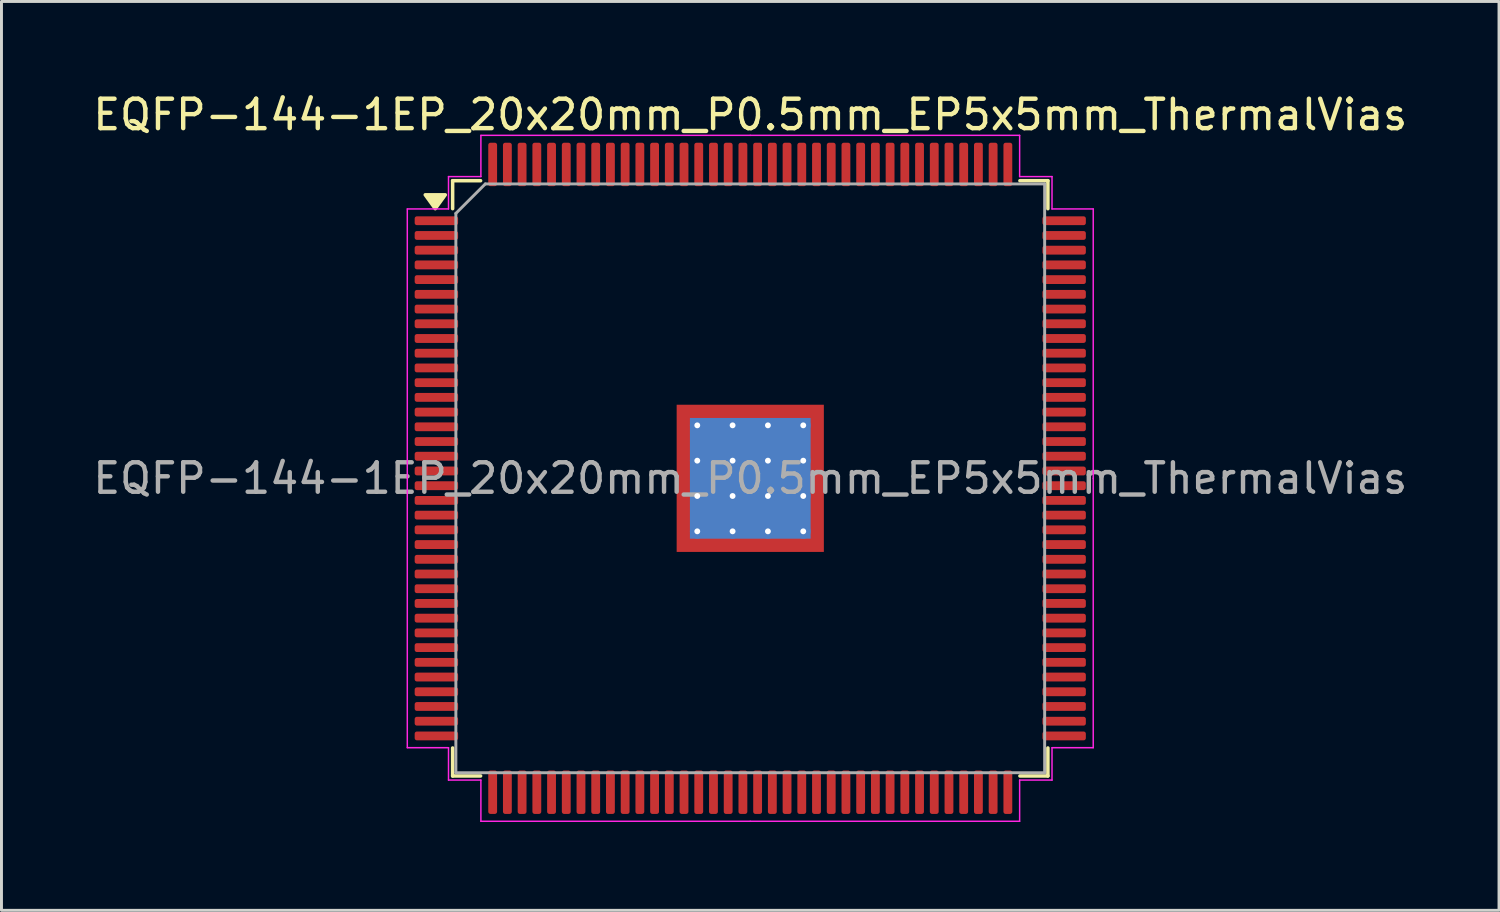
<source format=kicad_pcb>
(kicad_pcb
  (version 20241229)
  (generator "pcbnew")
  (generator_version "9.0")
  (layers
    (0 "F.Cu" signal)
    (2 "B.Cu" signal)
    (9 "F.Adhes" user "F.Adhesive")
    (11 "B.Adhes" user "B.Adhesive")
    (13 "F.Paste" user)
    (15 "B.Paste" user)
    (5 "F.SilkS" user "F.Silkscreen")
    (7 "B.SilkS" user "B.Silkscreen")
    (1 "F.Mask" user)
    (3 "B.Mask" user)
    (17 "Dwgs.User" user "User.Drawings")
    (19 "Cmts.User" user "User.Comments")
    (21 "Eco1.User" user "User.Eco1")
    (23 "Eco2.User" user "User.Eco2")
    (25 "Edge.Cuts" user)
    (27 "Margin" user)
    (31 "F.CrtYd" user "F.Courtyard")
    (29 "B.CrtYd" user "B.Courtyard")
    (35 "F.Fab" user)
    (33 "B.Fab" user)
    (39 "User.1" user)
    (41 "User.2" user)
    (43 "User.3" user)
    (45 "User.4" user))
  (footprint "EQFP-144-1EP_20x20mm_P0.5mm_EP5x5mm_ThermalVias"
    (layer "F.Cu")
    (at 22.435 13.198)
    (property "Reference" "EQFP-144-1EP_20x20mm_P0.5mm_EP5x5mm_ThermalVias" (at 0 -12.35 0) (layer "F.SilkS") (effects (font (size 1 1) (thickness 0.15))))
    (attr smd)
    (fp_line (start -10.11 -10.11) (end -10.11 -9.16) (stroke (width 0.12) (type solid)) (layer "F.SilkS"))
    (fp_line (start -10.11 10.11) (end -10.11 9.16) (stroke (width 0.12) (type solid)) (layer "F.SilkS"))
    (fp_line (start -9.16 -10.11) (end -10.11 -10.11) (stroke (width 0.12) (type solid)) (layer "F.SilkS"))
    (fp_line (start -9.16 10.11) (end -10.11 10.11) (stroke (width 0.12) (type solid)) (layer "F.SilkS"))
    (fp_line (start 9.16 -10.11) (end 10.11 -10.11) (stroke (width 0.12) (type solid)) (layer "F.SilkS"))
    (fp_line (start 9.16 10.11) (end 10.11 10.11) (stroke (width 0.12) (type solid)) (layer "F.SilkS"))
    (fp_line (start 10.11 -10.11) (end 10.11 -9.16) (stroke (width 0.12) (type solid)) (layer "F.SilkS"))
    (fp_line (start 10.11 10.11) (end 10.11 9.16) (stroke (width 0.12) (type solid)) (layer "F.SilkS"))
    (fp_poly (pts (xy -10.7 -9.16) (xy -11.04 -9.63) (xy -10.36 -9.63) (xy -10.7 -9.16)) (stroke (width 0.12) (type solid)) (fill yes) (layer "F.SilkS"))
    (fp_line (start -11.65 -9.15) (end -11.65 0) (stroke (width 0.05) (type solid)) (layer "F.CrtYd"))
    (fp_line (start -11.65 9.15) (end -11.65 0) (stroke (width 0.05) (type solid)) (layer "F.CrtYd"))
    (fp_line (start -10.25 -10.25) (end -10.25 -9.15) (stroke (width 0.05) (type solid)) (layer "F.CrtYd"))
    (fp_line (start -10.25 -9.15) (end -11.65 -9.15) (stroke (width 0.05) (type solid)) (layer "F.CrtYd"))
    (fp_line (start -10.25 9.15) (end -11.65 9.15) (stroke (width 0.05) (type solid)) (layer "F.CrtYd"))
    (fp_line (start -10.25 10.25) (end -10.25 9.15) (stroke (width 0.05) (type solid)) (layer "F.CrtYd"))
    (fp_line (start -9.15 -11.65) (end -9.15 -10.25) (stroke (width 0.05) (type solid)) (layer "F.CrtYd"))
    (fp_line (start -9.15 -10.25) (end -10.25 -10.25) (stroke (width 0.05) (type solid)) (layer "F.CrtYd"))
    (fp_line (start -9.15 10.25) (end -10.25 10.25) (stroke (width 0.05) (type solid)) (layer "F.CrtYd"))
    (fp_line (start -9.15 11.65) (end -9.15 10.25) (stroke (width 0.05) (type solid)) (layer "F.CrtYd"))
    (fp_line (start 0 -11.65) (end -9.15 -11.65) (stroke (width 0.05) (type solid)) (layer "F.CrtYd"))
    (fp_line (start 0 -11.65) (end 9.15 -11.65) (stroke (width 0.05) (type solid)) (layer "F.CrtYd"))
    (fp_line (start 0 11.65) (end -9.15 11.65) (stroke (width 0.05) (type solid)) (layer "F.CrtYd"))
    (fp_line (start 0 11.65) (end 9.15 11.65) (stroke (width 0.05) (type solid)) (layer "F.CrtYd"))
    (fp_line (start 9.15 -11.65) (end 9.15 -10.25) (stroke (width 0.05) (type solid)) (layer "F.CrtYd"))
    (fp_line (start 9.15 -10.25) (end 10.25 -10.25) (stroke (width 0.05) (type solid)) (layer "F.CrtYd"))
    (fp_line (start 9.15 10.25) (end 10.25 10.25) (stroke (width 0.05) (type solid)) (layer "F.CrtYd"))
    (fp_line (start 9.15 11.65) (end 9.15 10.25) (stroke (width 0.05) (type solid)) (layer "F.CrtYd"))
    (fp_line (start 10.25 -10.25) (end 10.25 -9.15) (stroke (width 0.05) (type solid)) (layer "F.CrtYd"))
    (fp_line (start 10.25 -9.15) (end 11.65 -9.15) (stroke (width 0.05) (type solid)) (layer "F.CrtYd"))
    (fp_line (start 10.25 9.15) (end 11.65 9.15) (stroke (width 0.05) (type solid)) (layer "F.CrtYd"))
    (fp_line (start 10.25 10.25) (end 10.25 9.15) (stroke (width 0.05) (type solid)) (layer "F.CrtYd"))
    (fp_line (start 11.65 -9.15) (end 11.65 0) (stroke (width 0.05) (type solid)) (layer "F.CrtYd"))
    (fp_line (start 11.65 9.15) (end 11.65 0) (stroke (width 0.05) (type solid)) (layer "F.CrtYd"))
    (fp_line (start -10 -9) (end -9 -10) (stroke (width 0.1) (type solid)) (layer "F.Fab"))
    (fp_line (start -10 10) (end -10 -9) (stroke (width 0.1) (type solid)) (layer "F.Fab"))
    (fp_line (start -9 -10) (end 10 -10) (stroke (width 0.1) (type solid)) (layer "F.Fab"))
    (fp_line (start 10 -10) (end 10 10) (stroke (width 0.1) (type solid)) (layer "F.Fab"))
    (fp_line (start 10 10) (end -10 10) (stroke (width 0.1) (type solid)) (layer "F.Fab"))
    (fp_text user "${REFERENCE}" (at 0 0 0) (layer "F.Fab") (effects (font (size 1 1) (thickness 0.15))))
    (pad "" smd custom (at -2.15 -2.15) (size 0.46 0.46) (layers "F.Paste") (options (anchor circle)) (primitives (gr_poly (pts (xy -0.178 -0.178) (xy 0.178 -0.178) (xy 0.178 0.092) (xy 0.092 0.178) (xy -0.178 0.178)) (width 0.208) (fill yes))))
    (pad "" smd custom (at -2.15 -1.2) (size 0.495 0.495) (layers "F.Paste") (options (anchor circle)) (primitives (gr_poly (pts (xy -0.212 -0.414) (xy 0.154 -0.414) (xy 0.212 -0.356) (xy 0.212 0.356) (xy 0.154 0.414) (xy -0.212 0.414)) (width 0.14) (fill yes))))
    (pad "" smd custom (at -2.15 0) (size 0.495 0.495) (layers "F.Paste") (options (anchor circle)) (primitives (gr_poly (pts (xy -0.212 -0.414) (xy 0.154 -0.414) (xy 0.212 -0.356) (xy 0.212 0.356) (xy 0.154 0.414) (xy -0.212 0.414)) (width 0.14) (fill yes))))
    (pad "" smd custom (at -2.15 1.2) (size 0.495 0.495) (layers "F.Paste") (options (anchor circle)) (primitives (gr_poly (pts (xy -0.212 -0.414) (xy 0.154 -0.414) (xy 0.212 -0.356) (xy 0.212 0.356) (xy 0.154 0.414) (xy -0.212 0.414)) (width 0.14) (fill yes))))
    (pad "" smd custom (at -2.15 2.15) (size 0.46 0.46) (layers "F.Paste") (options (anchor circle)) (primitives (gr_poly (pts (xy -0.178 -0.178) (xy 0.092 -0.178) (xy 0.178 -0.092) (xy 0.178 0.178) (xy -0.178 0.178)) (width 0.208) (fill yes))))
    (pad "" smd custom (at -1.2 -2.15) (size 0.495 0.495) (layers "F.Paste") (options (anchor circle)) (primitives (gr_poly (pts (xy -0.414 -0.212) (xy 0.414 -0.212) (xy 0.414 0.154) (xy 0.356 0.212) (xy -0.356 0.212) (xy -0.414 0.154)) (width 0.14) (fill yes))))
    (pad "" smd roundrect (at -1.2 -1.2) (size 0.967 0.967) (layers "F.Paste") (roundrect_rratio 0.25))
    (pad "" smd roundrect (at -1.2 0) (size 0.967 0.967) (layers "F.Paste") (roundrect_rratio 0.25))
    (pad "" smd roundrect (at -1.2 1.2) (size 0.967 0.967) (layers "F.Paste") (roundrect_rratio 0.25))
    (pad "" smd custom (at -1.2 2.15) (size 0.495 0.495) (layers "F.Paste") (options (anchor circle)) (primitives (gr_poly (pts (xy -0.414 -0.154) (xy -0.356 -0.212) (xy 0.356 -0.212) (xy 0.414 -0.154) (xy 0.414 0.212) (xy -0.414 0.212)) (width 0.14) (fill yes))))
    (pad "" smd custom (at 0 -2.15) (size 0.495 0.495) (layers "F.Paste") (options (anchor circle)) (primitives (gr_poly (pts (xy -0.414 -0.212) (xy 0.414 -0.212) (xy 0.414 0.154) (xy 0.356 0.212) (xy -0.356 0.212) (xy -0.414 0.154)) (width 0.14) (fill yes))))
    (pad "" smd roundrect (at 0 -1.2) (size 0.967 0.967) (layers "F.Paste") (roundrect_rratio 0.25))
    (pad "" smd roundrect (at 0 0) (size 0.967 0.967) (layers "F.Paste") (roundrect_rratio 0.25))
    (pad "" smd roundrect (at 0 1.2) (size 0.967 0.967) (layers "F.Paste") (roundrect_rratio 0.25))
    (pad "" smd custom (at 0 2.15) (size 0.495 0.495) (layers "F.Paste") (options (anchor circle)) (primitives (gr_poly (pts (xy -0.414 -0.154) (xy -0.356 -0.212) (xy 0.356 -0.212) (xy 0.414 -0.154) (xy 0.414 0.212) (xy -0.414 0.212)) (width 0.14) (fill yes))))
    (pad "" smd custom (at 1.2 -2.15) (size 0.495 0.495) (layers "F.Paste") (options (anchor circle)) (primitives (gr_poly (pts (xy -0.414 -0.212) (xy 0.414 -0.212) (xy 0.414 0.154) (xy 0.356 0.212) (xy -0.356 0.212) (xy -0.414 0.154)) (width 0.14) (fill yes))))
    (pad "" smd roundrect (at 1.2 -1.2) (size 0.967 0.967) (layers "F.Paste") (roundrect_rratio 0.25))
    (pad "" smd roundrect (at 1.2 0) (size 0.967 0.967) (layers "F.Paste") (roundrect_rratio 0.25))
    (pad "" smd roundrect (at 1.2 1.2) (size 0.967 0.967) (layers "F.Paste") (roundrect_rratio 0.25))
    (pad "" smd custom (at 1.2 2.15) (size 0.495 0.495) (layers "F.Paste") (options (anchor circle)) (primitives (gr_poly (pts (xy -0.414 -0.154) (xy -0.356 -0.212) (xy 0.356 -0.212) (xy 0.414 -0.154) (xy 0.414 0.212) (xy -0.414 0.212)) (width 0.14) (fill yes))))
    (pad "" smd custom (at 2.15 -2.15) (size 0.46 0.46) (layers "F.Paste") (options (anchor circle)) (primitives (gr_poly (pts (xy -0.178 -0.178) (xy 0.178 -0.178) (xy 0.178 0.178) (xy -0.092 0.178) (xy -0.178 0.092)) (width 0.208) (fill yes))))
    (pad "" smd custom (at 2.15 -1.2) (size 0.495 0.495) (layers "F.Paste") (options (anchor circle)) (primitives (gr_poly (pts (xy -0.212 -0.356) (xy -0.154 -0.414) (xy 0.212 -0.414) (xy 0.212 0.414) (xy -0.154 0.414) (xy -0.212 0.356)) (width 0.14) (fill yes))))
    (pad "" smd custom (at 2.15 0) (size 0.495 0.495) (layers "F.Paste") (options (anchor circle)) (primitives (gr_poly (pts (xy -0.212 -0.356) (xy -0.154 -0.414) (xy 0.212 -0.414) (xy 0.212 0.414) (xy -0.154 0.414) (xy -0.212 0.356)) (width 0.14) (fill yes))))
    (pad "" smd custom (at 2.15 1.2) (size 0.495 0.495) (layers "F.Paste") (options (anchor circle)) (primitives (gr_poly (pts (xy -0.212 -0.356) (xy -0.154 -0.414) (xy 0.212 -0.414) (xy 0.212 0.414) (xy -0.154 0.414) (xy -0.212 0.356)) (width 0.14) (fill yes))))
    (pad "" smd custom (at 2.15 2.15) (size 0.46 0.46) (layers "F.Paste") (options (anchor circle)) (primitives (gr_poly (pts (xy -0.178 -0.092) (xy -0.092 -0.178) (xy 0.178 -0.178) (xy 0.178 0.178) (xy -0.178 0.178)) (width 0.208) (fill yes))))
    (pad "1" smd roundrect (at -10.662 -8.75) (size 1.475 0.3) (layers "F.Cu" "F.Mask" "F.Paste") (roundrect_rratio 0.25))
    (pad "2" smd roundrect (at -10.662 -8.25) (size 1.475 0.3) (layers "F.Cu" "F.Mask" "F.Paste") (roundrect_rratio 0.25))
    (pad "3" smd roundrect (at -10.662 -7.75) (size 1.475 0.3) (layers "F.Cu" "F.Mask" "F.Paste") (roundrect_rratio 0.25))
    (pad "4" smd roundrect (at -10.662 -7.25) (size 1.475 0.3) (layers "F.Cu" "F.Mask" "F.Paste") (roundrect_rratio 0.25))
    (pad "5" smd roundrect (at -10.662 -6.75) (size 1.475 0.3) (layers "F.Cu" "F.Mask" "F.Paste") (roundrect_rratio 0.25))
    (pad "6" smd roundrect (at -10.662 -6.25) (size 1.475 0.3) (layers "F.Cu" "F.Mask" "F.Paste") (roundrect_rratio 0.25))
    (pad "7" smd roundrect (at -10.662 -5.75) (size 1.475 0.3) (layers "F.Cu" "F.Mask" "F.Paste") (roundrect_rratio 0.25))
    (pad "8" smd roundrect (at -10.662 -5.25) (size 1.475 0.3) (layers "F.Cu" "F.Mask" "F.Paste") (roundrect_rratio 0.25))
    (pad "9" smd roundrect (at -10.662 -4.75) (size 1.475 0.3) (layers "F.Cu" "F.Mask" "F.Paste") (roundrect_rratio 0.25))
    (pad "10" smd roundrect (at -10.662 -4.25) (size 1.475 0.3) (layers "F.Cu" "F.Mask" "F.Paste") (roundrect_rratio 0.25))
    (pad "11" smd roundrect (at -10.662 -3.75) (size 1.475 0.3) (layers "F.Cu" "F.Mask" "F.Paste") (roundrect_rratio 0.25))
    (pad "12" smd roundrect (at -10.662 -3.25) (size 1.475 0.3) (layers "F.Cu" "F.Mask" "F.Paste") (roundrect_rratio 0.25))
    (pad "13" smd roundrect (at -10.662 -2.75) (size 1.475 0.3) (layers "F.Cu" "F.Mask" "F.Paste") (roundrect_rratio 0.25))
    (pad "14" smd roundrect (at -10.662 -2.25) (size 1.475 0.3) (layers "F.Cu" "F.Mask" "F.Paste") (roundrect_rratio 0.25))
    (pad "15" smd roundrect (at -10.662 -1.75) (size 1.475 0.3) (layers "F.Cu" "F.Mask" "F.Paste") (roundrect_rratio 0.25))
    (pad "16" smd roundrect (at -10.662 -1.25) (size 1.475 0.3) (layers "F.Cu" "F.Mask" "F.Paste") (roundrect_rratio 0.25))
    (pad "17" smd roundrect (at -10.662 -0.75) (size 1.475 0.3) (layers "F.Cu" "F.Mask" "F.Paste") (roundrect_rratio 0.25))
    (pad "18" smd roundrect (at -10.662 -0.25) (size 1.475 0.3) (layers "F.Cu" "F.Mask" "F.Paste") (roundrect_rratio 0.25))
    (pad "19" smd roundrect (at -10.662 0.25) (size 1.475 0.3) (layers "F.Cu" "F.Mask" "F.Paste") (roundrect_rratio 0.25))
    (pad "20" smd roundrect (at -10.662 0.75) (size 1.475 0.3) (layers "F.Cu" "F.Mask" "F.Paste") (roundrect_rratio 0.25))
    (pad "21" smd roundrect (at -10.662 1.25) (size 1.475 0.3) (layers "F.Cu" "F.Mask" "F.Paste") (roundrect_rratio 0.25))
    (pad "22" smd roundrect (at -10.662 1.75) (size 1.475 0.3) (layers "F.Cu" "F.Mask" "F.Paste") (roundrect_rratio 0.25))
    (pad "23" smd roundrect (at -10.662 2.25) (size 1.475 0.3) (layers "F.Cu" "F.Mask" "F.Paste") (roundrect_rratio 0.25))
    (pad "24" smd roundrect (at -10.662 2.75) (size 1.475 0.3) (layers "F.Cu" "F.Mask" "F.Paste") (roundrect_rratio 0.25))
    (pad "25" smd roundrect (at -10.662 3.25) (size 1.475 0.3) (layers "F.Cu" "F.Mask" "F.Paste") (roundrect_rratio 0.25))
    (pad "26" smd roundrect (at -10.662 3.75) (size 1.475 0.3) (layers "F.Cu" "F.Mask" "F.Paste") (roundrect_rratio 0.25))
    (pad "27" smd roundrect (at -10.662 4.25) (size 1.475 0.3) (layers "F.Cu" "F.Mask" "F.Paste") (roundrect_rratio 0.25))
    (pad "28" smd roundrect (at -10.662 4.75) (size 1.475 0.3) (layers "F.Cu" "F.Mask" "F.Paste") (roundrect_rratio 0.25))
    (pad "29" smd roundrect (at -10.662 5.25) (size 1.475 0.3) (layers "F.Cu" "F.Mask" "F.Paste") (roundrect_rratio 0.25))
    (pad "30" smd roundrect (at -10.662 5.75) (size 1.475 0.3) (layers "F.Cu" "F.Mask" "F.Paste") (roundrect_rratio 0.25))
    (pad "31" smd roundrect (at -10.662 6.25) (size 1.475 0.3) (layers "F.Cu" "F.Mask" "F.Paste") (roundrect_rratio 0.25))
    (pad "32" smd roundrect (at -10.662 6.75) (size 1.475 0.3) (layers "F.Cu" "F.Mask" "F.Paste") (roundrect_rratio 0.25))
    (pad "33" smd roundrect (at -10.662 7.25) (size 1.475 0.3) (layers "F.Cu" "F.Mask" "F.Paste") (roundrect_rratio 0.25))
    (pad "34" smd roundrect (at -10.662 7.75) (size 1.475 0.3) (layers "F.Cu" "F.Mask" "F.Paste") (roundrect_rratio 0.25))
    (pad "35" smd roundrect (at -10.662 8.25) (size 1.475 0.3) (layers "F.Cu" "F.Mask" "F.Paste") (roundrect_rratio 0.25))
    (pad "36" smd roundrect (at -10.662 8.75) (size 1.475 0.3) (layers "F.Cu" "F.Mask" "F.Paste") (roundrect_rratio 0.25))
    (pad "37" smd roundrect (at -8.75 10.662) (size 0.3 1.475) (layers "F.Cu" "F.Mask" "F.Paste") (roundrect_rratio 0.25))
    (pad "38" smd roundrect (at -8.25 10.662) (size 0.3 1.475) (layers "F.Cu" "F.Mask" "F.Paste") (roundrect_rratio 0.25))
    (pad "39" smd roundrect (at -7.75 10.662) (size 0.3 1.475) (layers "F.Cu" "F.Mask" "F.Paste") (roundrect_rratio 0.25))
    (pad "40" smd roundrect (at -7.25 10.662) (size 0.3 1.475) (layers "F.Cu" "F.Mask" "F.Paste") (roundrect_rratio 0.25))
    (pad "41" smd roundrect (at -6.75 10.662) (size 0.3 1.475) (layers "F.Cu" "F.Mask" "F.Paste") (roundrect_rratio 0.25))
    (pad "42" smd roundrect (at -6.25 10.662) (size 0.3 1.475) (layers "F.Cu" "F.Mask" "F.Paste") (roundrect_rratio 0.25))
    (pad "43" smd roundrect (at -5.75 10.662) (size 0.3 1.475) (layers "F.Cu" "F.Mask" "F.Paste") (roundrect_rratio 0.25))
    (pad "44" smd roundrect (at -5.25 10.662) (size 0.3 1.475) (layers "F.Cu" "F.Mask" "F.Paste") (roundrect_rratio 0.25))
    (pad "45" smd roundrect (at -4.75 10.662) (size 0.3 1.475) (layers "F.Cu" "F.Mask" "F.Paste") (roundrect_rratio 0.25))
    (pad "46" smd roundrect (at -4.25 10.662) (size 0.3 1.475) (layers "F.Cu" "F.Mask" "F.Paste") (roundrect_rratio 0.25))
    (pad "47" smd roundrect (at -3.75 10.662) (size 0.3 1.475) (layers "F.Cu" "F.Mask" "F.Paste") (roundrect_rratio 0.25))
    (pad "48" smd roundrect (at -3.25 10.662) (size 0.3 1.475) (layers "F.Cu" "F.Mask" "F.Paste") (roundrect_rratio 0.25))
    (pad "49" smd roundrect (at -2.75 10.662) (size 0.3 1.475) (layers "F.Cu" "F.Mask" "F.Paste") (roundrect_rratio 0.25))
    (pad "50" smd roundrect (at -2.25 10.662) (size 0.3 1.475) (layers "F.Cu" "F.Mask" "F.Paste") (roundrect_rratio 0.25))
    (pad "51" smd roundrect (at -1.75 10.662) (size 0.3 1.475) (layers "F.Cu" "F.Mask" "F.Paste") (roundrect_rratio 0.25))
    (pad "52" smd roundrect (at -1.25 10.662) (size 0.3 1.475) (layers "F.Cu" "F.Mask" "F.Paste") (roundrect_rratio 0.25))
    (pad "53" smd roundrect (at -0.75 10.662) (size 0.3 1.475) (layers "F.Cu" "F.Mask" "F.Paste") (roundrect_rratio 0.25))
    (pad "54" smd roundrect (at -0.25 10.662) (size 0.3 1.475) (layers "F.Cu" "F.Mask" "F.Paste") (roundrect_rratio 0.25))
    (pad "55" smd roundrect (at 0.25 10.662) (size 0.3 1.475) (layers "F.Cu" "F.Mask" "F.Paste") (roundrect_rratio 0.25))
    (pad "56" smd roundrect (at 0.75 10.662) (size 0.3 1.475) (layers "F.Cu" "F.Mask" "F.Paste") (roundrect_rratio 0.25))
    (pad "57" smd roundrect (at 1.25 10.662) (size 0.3 1.475) (layers "F.Cu" "F.Mask" "F.Paste") (roundrect_rratio 0.25))
    (pad "58" smd roundrect (at 1.75 10.662) (size 0.3 1.475) (layers "F.Cu" "F.Mask" "F.Paste") (roundrect_rratio 0.25))
    (pad "59" smd roundrect (at 2.25 10.662) (size 0.3 1.475) (layers "F.Cu" "F.Mask" "F.Paste") (roundrect_rratio 0.25))
    (pad "60" smd roundrect (at 2.75 10.662) (size 0.3 1.475) (layers "F.Cu" "F.Mask" "F.Paste") (roundrect_rratio 0.25))
    (pad "61" smd roundrect (at 3.25 10.662) (size 0.3 1.475) (layers "F.Cu" "F.Mask" "F.Paste") (roundrect_rratio 0.25))
    (pad "62" smd roundrect (at 3.75 10.662) (size 0.3 1.475) (layers "F.Cu" "F.Mask" "F.Paste") (roundrect_rratio 0.25))
    (pad "63" smd roundrect (at 4.25 10.662) (size 0.3 1.475) (layers "F.Cu" "F.Mask" "F.Paste") (roundrect_rratio 0.25))
    (pad "64" smd roundrect (at 4.75 10.662) (size 0.3 1.475) (layers "F.Cu" "F.Mask" "F.Paste") (roundrect_rratio 0.25))
    (pad "65" smd roundrect (at 5.25 10.662) (size 0.3 1.475) (layers "F.Cu" "F.Mask" "F.Paste") (roundrect_rratio 0.25))
    (pad "66" smd roundrect (at 5.75 10.662) (size 0.3 1.475) (layers "F.Cu" "F.Mask" "F.Paste") (roundrect_rratio 0.25))
    (pad "67" smd roundrect (at 6.25 10.662) (size 0.3 1.475) (layers "F.Cu" "F.Mask" "F.Paste") (roundrect_rratio 0.25))
    (pad "68" smd roundrect (at 6.75 10.662) (size 0.3 1.475) (layers "F.Cu" "F.Mask" "F.Paste") (roundrect_rratio 0.25))
    (pad "69" smd roundrect (at 7.25 10.662) (size 0.3 1.475) (layers "F.Cu" "F.Mask" "F.Paste") (roundrect_rratio 0.25))
    (pad "70" smd roundrect (at 7.75 10.662) (size 0.3 1.475) (layers "F.Cu" "F.Mask" "F.Paste") (roundrect_rratio 0.25))
    (pad "71" smd roundrect (at 8.25 10.662) (size 0.3 1.475) (layers "F.Cu" "F.Mask" "F.Paste") (roundrect_rratio 0.25))
    (pad "72" smd roundrect (at 8.75 10.662) (size 0.3 1.475) (layers "F.Cu" "F.Mask" "F.Paste") (roundrect_rratio 0.25))
    (pad "73" smd roundrect (at 10.662 8.75) (size 1.475 0.3) (layers "F.Cu" "F.Mask" "F.Paste") (roundrect_rratio 0.25))
    (pad "74" smd roundrect (at 10.662 8.25) (size 1.475 0.3) (layers "F.Cu" "F.Mask" "F.Paste") (roundrect_rratio 0.25))
    (pad "75" smd roundrect (at 10.662 7.75) (size 1.475 0.3) (layers "F.Cu" "F.Mask" "F.Paste") (roundrect_rratio 0.25))
    (pad "76" smd roundrect (at 10.662 7.25) (size 1.475 0.3) (layers "F.Cu" "F.Mask" "F.Paste") (roundrect_rratio 0.25))
    (pad "77" smd roundrect (at 10.662 6.75) (size 1.475 0.3) (layers "F.Cu" "F.Mask" "F.Paste") (roundrect_rratio 0.25))
    (pad "78" smd roundrect (at 10.662 6.25) (size 1.475 0.3) (layers "F.Cu" "F.Mask" "F.Paste") (roundrect_rratio 0.25))
    (pad "79" smd roundrect (at 10.662 5.75) (size 1.475 0.3) (layers "F.Cu" "F.Mask" "F.Paste") (roundrect_rratio 0.25))
    (pad "80" smd roundrect (at 10.662 5.25) (size 1.475 0.3) (layers "F.Cu" "F.Mask" "F.Paste") (roundrect_rratio 0.25))
    (pad "81" smd roundrect (at 10.662 4.75) (size 1.475 0.3) (layers "F.Cu" "F.Mask" "F.Paste") (roundrect_rratio 0.25))
    (pad "82" smd roundrect (at 10.662 4.25) (size 1.475 0.3) (layers "F.Cu" "F.Mask" "F.Paste") (roundrect_rratio 0.25))
    (pad "83" smd roundrect (at 10.662 3.75) (size 1.475 0.3) (layers "F.Cu" "F.Mask" "F.Paste") (roundrect_rratio 0.25))
    (pad "84" smd roundrect (at 10.662 3.25) (size 1.475 0.3) (layers "F.Cu" "F.Mask" "F.Paste") (roundrect_rratio 0.25))
    (pad "85" smd roundrect (at 10.662 2.75) (size 1.475 0.3) (layers "F.Cu" "F.Mask" "F.Paste") (roundrect_rratio 0.25))
    (pad "86" smd roundrect (at 10.662 2.25) (size 1.475 0.3) (layers "F.Cu" "F.Mask" "F.Paste") (roundrect_rratio 0.25))
    (pad "87" smd roundrect (at 10.662 1.75) (size 1.475 0.3) (layers "F.Cu" "F.Mask" "F.Paste") (roundrect_rratio 0.25))
    (pad "88" smd roundrect (at 10.662 1.25) (size 1.475 0.3) (layers "F.Cu" "F.Mask" "F.Paste") (roundrect_rratio 0.25))
    (pad "89" smd roundrect (at 10.662 0.75) (size 1.475 0.3) (layers "F.Cu" "F.Mask" "F.Paste") (roundrect_rratio 0.25))
    (pad "90" smd roundrect (at 10.662 0.25) (size 1.475 0.3) (layers "F.Cu" "F.Mask" "F.Paste") (roundrect_rratio 0.25))
    (pad "91" smd roundrect (at 10.662 -0.25) (size 1.475 0.3) (layers "F.Cu" "F.Mask" "F.Paste") (roundrect_rratio 0.25))
    (pad "92" smd roundrect (at 10.662 -0.75) (size 1.475 0.3) (layers "F.Cu" "F.Mask" "F.Paste") (roundrect_rratio 0.25))
    (pad "93" smd roundrect (at 10.662 -1.25) (size 1.475 0.3) (layers "F.Cu" "F.Mask" "F.Paste") (roundrect_rratio 0.25))
    (pad "94" smd roundrect (at 10.662 -1.75) (size 1.475 0.3) (layers "F.Cu" "F.Mask" "F.Paste") (roundrect_rratio 0.25))
    (pad "95" smd roundrect (at 10.662 -2.25) (size 1.475 0.3) (layers "F.Cu" "F.Mask" "F.Paste") (roundrect_rratio 0.25))
    (pad "96" smd roundrect (at 10.662 -2.75) (size 1.475 0.3) (layers "F.Cu" "F.Mask" "F.Paste") (roundrect_rratio 0.25))
    (pad "97" smd roundrect (at 10.662 -3.25) (size 1.475 0.3) (layers "F.Cu" "F.Mask" "F.Paste") (roundrect_rratio 0.25))
    (pad "98" smd roundrect (at 10.662 -3.75) (size 1.475 0.3) (layers "F.Cu" "F.Mask" "F.Paste") (roundrect_rratio 0.25))
    (pad "99" smd roundrect (at 10.662 -4.25) (size 1.475 0.3) (layers "F.Cu" "F.Mask" "F.Paste") (roundrect_rratio 0.25))
    (pad "100" smd roundrect (at 10.662 -4.75) (size 1.475 0.3) (layers "F.Cu" "F.Mask" "F.Paste") (roundrect_rratio 0.25))
    (pad "101" smd roundrect (at 10.662 -5.25) (size 1.475 0.3) (layers "F.Cu" "F.Mask" "F.Paste") (roundrect_rratio 0.25))
    (pad "102" smd roundrect (at 10.662 -5.75) (size 1.475 0.3) (layers "F.Cu" "F.Mask" "F.Paste") (roundrect_rratio 0.25))
    (pad "103" smd roundrect (at 10.662 -6.25) (size 1.475 0.3) (layers "F.Cu" "F.Mask" "F.Paste") (roundrect_rratio 0.25))
    (pad "104" smd roundrect (at 10.662 -6.75) (size 1.475 0.3) (layers "F.Cu" "F.Mask" "F.Paste") (roundrect_rratio 0.25))
    (pad "105" smd roundrect (at 10.662 -7.25) (size 1.475 0.3) (layers "F.Cu" "F.Mask" "F.Paste") (roundrect_rratio 0.25))
    (pad "106" smd roundrect (at 10.662 -7.75) (size 1.475 0.3) (layers "F.Cu" "F.Mask" "F.Paste") (roundrect_rratio 0.25))
    (pad "107" smd roundrect (at 10.662 -8.25) (size 1.475 0.3) (layers "F.Cu" "F.Mask" "F.Paste") (roundrect_rratio 0.25))
    (pad "108" smd roundrect (at 10.662 -8.75) (size 1.475 0.3) (layers "F.Cu" "F.Mask" "F.Paste") (roundrect_rratio 0.25))
    (pad "109" smd roundrect (at 8.75 -10.662) (size 0.3 1.475) (layers "F.Cu" "F.Mask" "F.Paste") (roundrect_rratio 0.25))
    (pad "110" smd roundrect (at 8.25 -10.662) (size 0.3 1.475) (layers "F.Cu" "F.Mask" "F.Paste") (roundrect_rratio 0.25))
    (pad "111" smd roundrect (at 7.75 -10.662) (size 0.3 1.475) (layers "F.Cu" "F.Mask" "F.Paste") (roundrect_rratio 0.25))
    (pad "112" smd roundrect (at 7.25 -10.662) (size 0.3 1.475) (layers "F.Cu" "F.Mask" "F.Paste") (roundrect_rratio 0.25))
    (pad "113" smd roundrect (at 6.75 -10.662) (size 0.3 1.475) (layers "F.Cu" "F.Mask" "F.Paste") (roundrect_rratio 0.25))
    (pad "114" smd roundrect (at 6.25 -10.662) (size 0.3 1.475) (layers "F.Cu" "F.Mask" "F.Paste") (roundrect_rratio 0.25))
    (pad "115" smd roundrect (at 5.75 -10.662) (size 0.3 1.475) (layers "F.Cu" "F.Mask" "F.Paste") (roundrect_rratio 0.25))
    (pad "116" smd roundrect (at 5.25 -10.662) (size 0.3 1.475) (layers "F.Cu" "F.Mask" "F.Paste") (roundrect_rratio 0.25))
    (pad "117" smd roundrect (at 4.75 -10.662) (size 0.3 1.475) (layers "F.Cu" "F.Mask" "F.Paste") (roundrect_rratio 0.25))
    (pad "118" smd roundrect (at 4.25 -10.662) (size 0.3 1.475) (layers "F.Cu" "F.Mask" "F.Paste") (roundrect_rratio 0.25))
    (pad "119" smd roundrect (at 3.75 -10.662) (size 0.3 1.475) (layers "F.Cu" "F.Mask" "F.Paste") (roundrect_rratio 0.25))
    (pad "120" smd roundrect (at 3.25 -10.662) (size 0.3 1.475) (layers "F.Cu" "F.Mask" "F.Paste") (roundrect_rratio 0.25))
    (pad "121" smd roundrect (at 2.75 -10.662) (size 0.3 1.475) (layers "F.Cu" "F.Mask" "F.Paste") (roundrect_rratio 0.25))
    (pad "122" smd roundrect (at 2.25 -10.662) (size 0.3 1.475) (layers "F.Cu" "F.Mask" "F.Paste") (roundrect_rratio 0.25))
    (pad "123" smd roundrect (at 1.75 -10.662) (size 0.3 1.475) (layers "F.Cu" "F.Mask" "F.Paste") (roundrect_rratio 0.25))
    (pad "124" smd roundrect (at 1.25 -10.662) (size 0.3 1.475) (layers "F.Cu" "F.Mask" "F.Paste") (roundrect_rratio 0.25))
    (pad "125" smd roundrect (at 0.75 -10.662) (size 0.3 1.475) (layers "F.Cu" "F.Mask" "F.Paste") (roundrect_rratio 0.25))
    (pad "126" smd roundrect (at 0.25 -10.662) (size 0.3 1.475) (layers "F.Cu" "F.Mask" "F.Paste") (roundrect_rratio 0.25))
    (pad "127" smd roundrect (at -0.25 -10.662) (size 0.3 1.475) (layers "F.Cu" "F.Mask" "F.Paste") (roundrect_rratio 0.25))
    (pad "128" smd roundrect (at -0.75 -10.662) (size 0.3 1.475) (layers "F.Cu" "F.Mask" "F.Paste") (roundrect_rratio 0.25))
    (pad "129" smd roundrect (at -1.25 -10.662) (size 0.3 1.475) (layers "F.Cu" "F.Mask" "F.Paste") (roundrect_rratio 0.25))
    (pad "130" smd roundrect (at -1.75 -10.662) (size 0.3 1.475) (layers "F.Cu" "F.Mask" "F.Paste") (roundrect_rratio 0.25))
    (pad "131" smd roundrect (at -2.25 -10.662) (size 0.3 1.475) (layers "F.Cu" "F.Mask" "F.Paste") (roundrect_rratio 0.25))
    (pad "132" smd roundrect (at -2.75 -10.662) (size 0.3 1.475) (layers "F.Cu" "F.Mask" "F.Paste") (roundrect_rratio 0.25))
    (pad "133" smd roundrect (at -3.25 -10.662) (size 0.3 1.475) (layers "F.Cu" "F.Mask" "F.Paste") (roundrect_rratio 0.25))
    (pad "134" smd roundrect (at -3.75 -10.662) (size 0.3 1.475) (layers "F.Cu" "F.Mask" "F.Paste") (roundrect_rratio 0.25))
    (pad "135" smd roundrect (at -4.25 -10.662) (size 0.3 1.475) (layers "F.Cu" "F.Mask" "F.Paste") (roundrect_rratio 0.25))
    (pad "136" smd roundrect (at -4.75 -10.662) (size 0.3 1.475) (layers "F.Cu" "F.Mask" "F.Paste") (roundrect_rratio 0.25))
    (pad "137" smd roundrect (at -5.25 -10.662) (size 0.3 1.475) (layers "F.Cu" "F.Mask" "F.Paste") (roundrect_rratio 0.25))
    (pad "138" smd roundrect (at -5.75 -10.662) (size 0.3 1.475) (layers "F.Cu" "F.Mask" "F.Paste") (roundrect_rratio 0.25))
    (pad "139" smd roundrect (at -6.25 -10.662) (size 0.3 1.475) (layers "F.Cu" "F.Mask" "F.Paste") (roundrect_rratio 0.25))
    (pad "140" smd roundrect (at -6.75 -10.662) (size 0.3 1.475) (layers "F.Cu" "F.Mask" "F.Paste") (roundrect_rratio 0.25))
    (pad "141" smd roundrect (at -7.25 -10.662) (size 0.3 1.475) (layers "F.Cu" "F.Mask" "F.Paste") (roundrect_rratio 0.25))
    (pad "142" smd roundrect (at -7.75 -10.662) (size 0.3 1.475) (layers "F.Cu" "F.Mask" "F.Paste") (roundrect_rratio 0.25))
    (pad "143" smd roundrect (at -8.25 -10.662) (size 0.3 1.475) (layers "F.Cu" "F.Mask" "F.Paste") (roundrect_rratio 0.25))
    (pad "144" smd roundrect (at -8.75 -10.662) (size 0.3 1.475) (layers "F.Cu" "F.Mask" "F.Paste") (roundrect_rratio 0.25))
    (pad "145" thru_hole circle (at -1.8 -1.8) (size 0.5 0.5) (drill 0.2) (property pad_prop_heatsink) (layers "*.Cu"))
    (pad "145" thru_hole circle (at -1.8 -0.6) (size 0.5 0.5) (drill 0.2) (property pad_prop_heatsink) (layers "*.Cu"))
    (pad "145" thru_hole circle (at -1.8 0.6) (size 0.5 0.5) (drill 0.2) (property pad_prop_heatsink) (layers "*.Cu"))
    (pad "145" thru_hole circle (at -1.8 1.8) (size 0.5 0.5) (drill 0.2) (property pad_prop_heatsink) (layers "*.Cu"))
    (pad "145" thru_hole circle (at -0.6 -1.8) (size 0.5 0.5) (drill 0.2) (property pad_prop_heatsink) (layers "*.Cu"))
    (pad "145" thru_hole circle (at -0.6 -0.6) (size 0.5 0.5) (drill 0.2) (property pad_prop_heatsink) (layers "*.Cu"))
    (pad "145" thru_hole circle (at -0.6 0.6) (size 0.5 0.5) (drill 0.2) (property pad_prop_heatsink) (layers "*.Cu"))
    (pad "145" thru_hole circle (at -0.6 1.8) (size 0.5 0.5) (drill 0.2) (property pad_prop_heatsink) (layers "*.Cu"))
    (pad "145" smd rect (at 0 0) (size 4.1 4.1) (property pad_prop_heatsink) (layers "B.Cu"))
    (pad "145" smd rect (at 0 0) (size 5 5) (property pad_prop_heatsink) (layers "F.Cu" "F.Mask"))
    (pad "145" thru_hole circle (at 0.6 -1.8) (size 0.5 0.5) (drill 0.2) (property pad_prop_heatsink) (layers "*.Cu"))
    (pad "145" thru_hole circle (at 0.6 -0.6) (size 0.5 0.5) (drill 0.2) (property pad_prop_heatsink) (layers "*.Cu"))
    (pad "145" thru_hole circle (at 0.6 0.6) (size 0.5 0.5) (drill 0.2) (property pad_prop_heatsink) (layers "*.Cu"))
    (pad "145" thru_hole circle (at 0.6 1.8) (size 0.5 0.5) (drill 0.2) (property pad_prop_heatsink) (layers "*.Cu"))
    (pad "145" thru_hole circle (at 1.8 -1.8) (size 0.5 0.5) (drill 0.2) (property pad_prop_heatsink) (layers "*.Cu"))
    (pad "145" thru_hole circle (at 1.8 -0.6) (size 0.5 0.5) (drill 0.2) (property pad_prop_heatsink) (layers "*.Cu"))
    (pad "145" thru_hole circle (at 1.8 0.6) (size 0.5 0.5) (drill 0.2) (property pad_prop_heatsink) (layers "*.Cu"))
    (pad "145" thru_hole circle (at 1.8 1.8) (size 0.5 0.5) (drill 0.2) (property pad_prop_heatsink) (layers "*.Cu")))
  (gr_rect
    (start -3 -3)
    (end 47.869 27.873)
    (stroke (width 0.1) (type default))
    (fill no)
    (layer "Edge.Cuts")))
</source>
